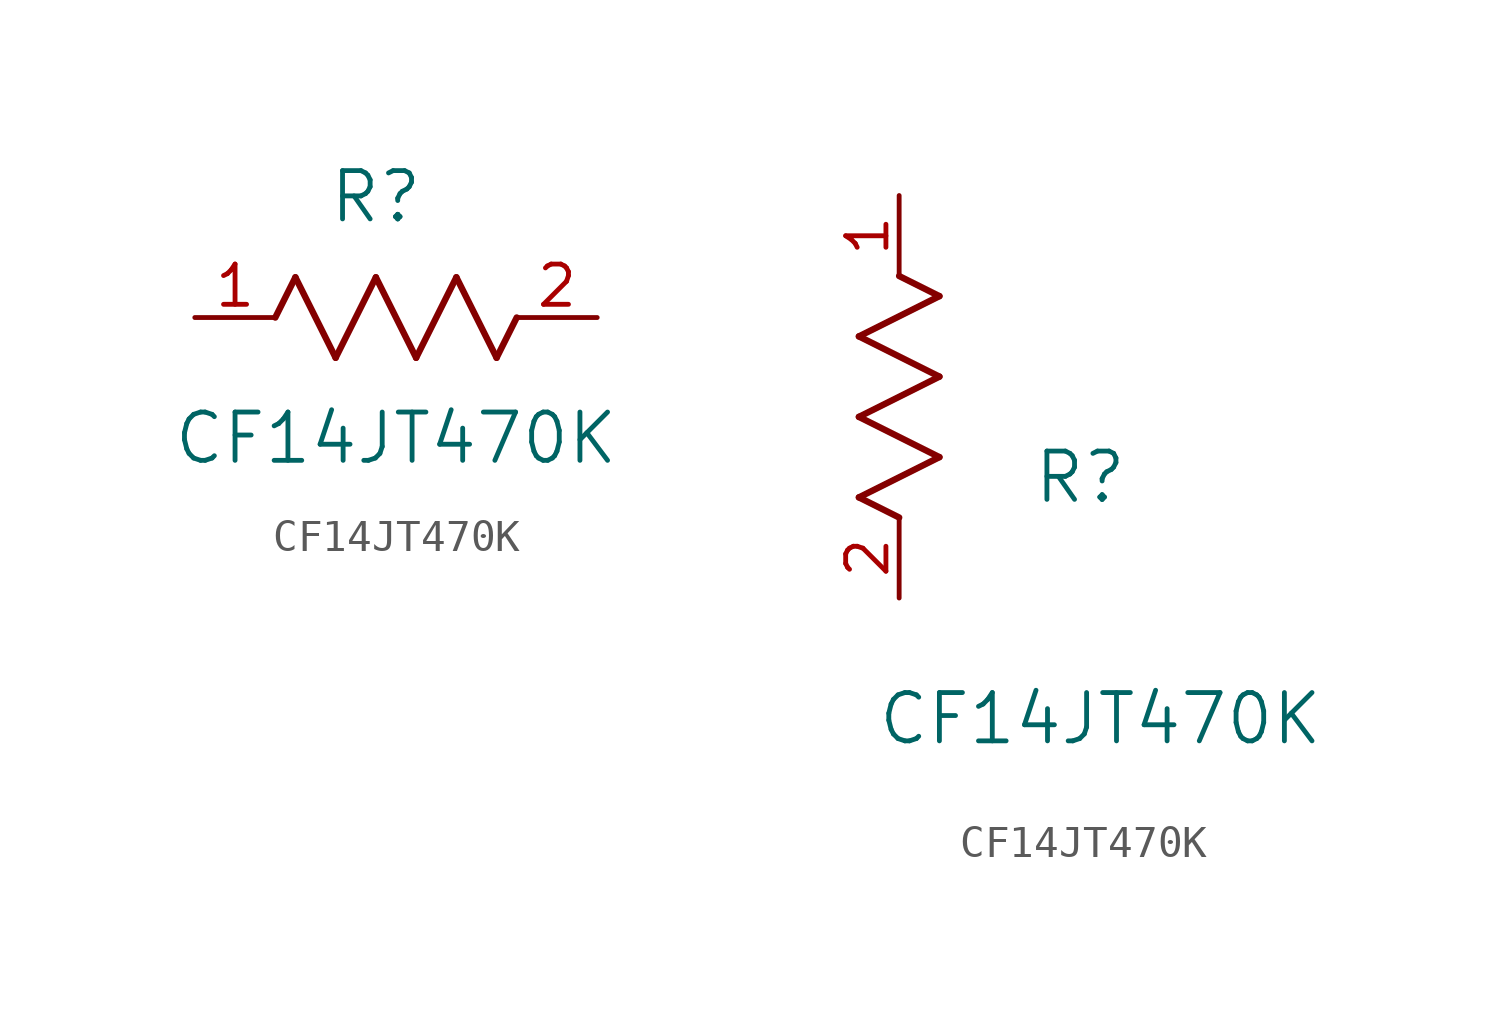
<source format=kicad_sym>
(kicad_symbol_lib
  (version 20211014)
  (generator kicad_symbol_editor)
  (symbol "CF14JT470K"
    (pin_names
      (offset 0.254))
    (property "Reference" "R"
      (at 5.715 3.81 0)
      (effects (font (size 1.524 1.524))))
    (property "Value" "CF14JT470K"
      (at 6.35 -3.81 0)
      (effects (font (size 1.524 1.524))))
    (symbol "CF14JT470K_1_1"
      (polyline (pts (xy 3.175 1.27) (xy 4.445 -1.27)) (stroke (width 0.203) (type default) (color 0 0 0 0)) (fill (type none)))
      (polyline (pts (xy 4.445 -1.27) (xy 5.715 1.27)) (stroke (width 0.203) (type default) (color 0 0 0 0)) (fill (type none)))
      (polyline (pts (xy 5.715 1.27) (xy 6.985 -1.27)) (stroke (width 0.203) (type default) (color 0 0 0 0)) (fill (type none)))
      (polyline (pts (xy 6.985 -1.27) (xy 8.255 1.27)) (stroke (width 0.203) (type default) (color 0 0 0 0)) (fill (type none)))
      (polyline (pts (xy 8.255 1.27) (xy 9.525 -1.27)) (stroke (width 0.203) (type default) (color 0 0 0 0)) (fill (type none)))
      (polyline (pts (xy 2.54 0) (xy 3.175 1.27)) (stroke (width 0.203) (type default) (color 0 0 0 0)) (fill (type none)))
      (polyline (pts (xy 9.525 -1.27) (xy 10.16 0)) (stroke (width 0.203) (type default) (color 0 0 0 0)) (fill (type none)))
      (pin unspecified line (at 0 0 0) (length 2.54) (name "" (effects (font (size 1.27 1.27)))) (number "1" (effects (font (size 1.27 1.27)))))
      (pin unspecified line (at 12.7 0 180) (length 2.54) (name "" (effects (font (size 1.27 1.27)))) (number "2" (effects (font (size 1.27 1.27))))))
    (symbol "CF14JT470K_1_2"
      (polyline (pts (xy 0 2.54) (xy -1.27 3.175)) (stroke (width 0.203) (type default) (color 0 0 0 0)) (fill (type none)))
      (polyline (pts (xy -1.27 3.175) (xy 1.27 4.445)) (stroke (width 0.203) (type default) (color 0 0 0 0)) (fill (type none)))
      (polyline (pts (xy 1.27 4.445) (xy -1.27 5.715)) (stroke (width 0.203) (type default) (color 0 0 0 0)) (fill (type none)))
      (polyline (pts (xy -1.27 5.715) (xy 1.27 6.985)) (stroke (width 0.203) (type default) (color 0 0 0 0)) (fill (type none)))
      (polyline (pts (xy -1.27 8.255) (xy 1.27 9.525)) (stroke (width 0.203) (type default) (color 0 0 0 0)) (fill (type none)))
      (polyline (pts (xy 1.27 9.525) (xy 0 10.16)) (stroke (width 0.203) (type default) (color 0 0 0 0)) (fill (type none)))
      (polyline (pts (xy 1.27 6.985) (xy -1.27 8.255)) (stroke (width 0.203) (type default) (color 0 0 0 0)) (fill (type none)))
      (pin unspecified line (at 0 12.7 270) (length 2.54) (name "" (effects (font (size 1.27 1.27)))) (number "1" (effects (font (size 1.27 1.27)))))
      (pin unspecified line (at 0 0 90) (length 2.54) (name "" (effects (font (size 1.27 1.27)))) (number "2" (effects (font (size 1.27 1.27))))))))
</source>
